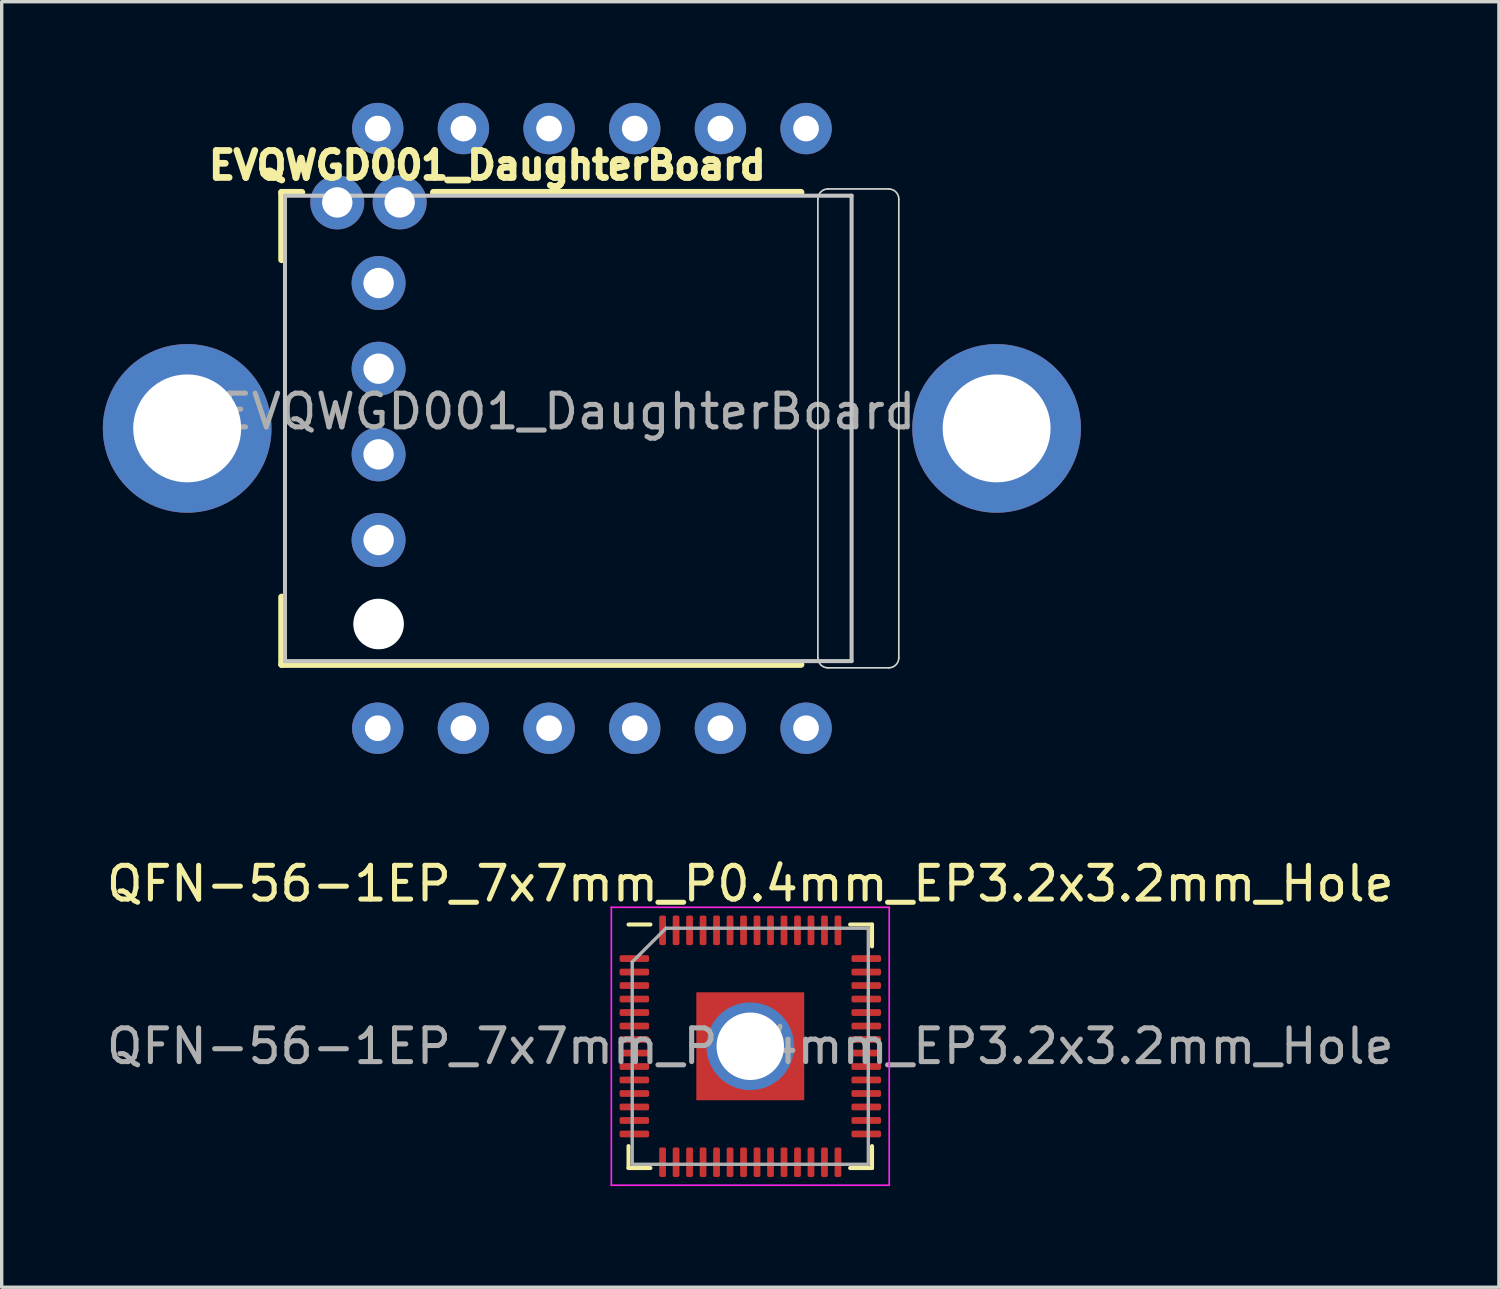
<source format=kicad_pcb>
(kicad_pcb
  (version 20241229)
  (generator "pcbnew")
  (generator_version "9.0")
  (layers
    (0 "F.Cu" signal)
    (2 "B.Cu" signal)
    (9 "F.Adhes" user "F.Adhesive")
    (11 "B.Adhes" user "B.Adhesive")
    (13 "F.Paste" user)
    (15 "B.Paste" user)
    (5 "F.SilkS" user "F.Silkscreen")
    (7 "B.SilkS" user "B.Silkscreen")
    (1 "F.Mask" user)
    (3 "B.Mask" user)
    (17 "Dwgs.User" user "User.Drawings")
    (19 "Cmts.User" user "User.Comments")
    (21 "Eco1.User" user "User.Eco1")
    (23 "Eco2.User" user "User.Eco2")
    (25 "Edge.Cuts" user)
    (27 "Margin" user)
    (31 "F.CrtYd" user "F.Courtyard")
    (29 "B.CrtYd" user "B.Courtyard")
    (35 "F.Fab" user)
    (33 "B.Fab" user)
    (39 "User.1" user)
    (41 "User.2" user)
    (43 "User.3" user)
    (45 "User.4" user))
  (footprint "EVQWGD001_DaughterBoard"
    (layer "F.Cu")
    (at 14.5 9.652)
    (property "Reference" "EVQWGD001_DaughterBoard" (at -0.7 -0.5 0) (layer "F.Fab") (effects (font (size 1 1) (thickness 0.15))))
    (attr through_hole)
    (fp_line (start -9.2 -7) (end -9.2 -5) (stroke (width 0.2) (type solid)) (layer "F.SilkS"))
    (fp_line (start -9.2 5) (end -9.2 7) (stroke (width 0.2) (type solid)) (layer "F.SilkS"))
    (fp_line (start -9.2 7) (end 6.2 7) (stroke (width 0.2) (type solid)) (layer "F.SilkS"))
    (fp_line (start -8.6 -7) (end -9.2 -7) (stroke (width 0.2) (type solid)) (layer "F.SilkS"))
    (fp_line (start 6.2 -7) (end -4.7 -7) (stroke (width 0.2) (type solid)) (layer "F.SilkS"))
    (fp_line (start -9.1 -6.9) (end 7.7 -6.9) (stroke (width 0.12) (type solid)) (layer "Dwgs.User"))
    (fp_line (start -9.1 6.9) (end -9.1 -6.9) (stroke (width 0.12) (type solid)) (layer "Dwgs.User"))
    (fp_line (start 7.7 -6.9) (end 7.7 6.9) (stroke (width 0.12) (type solid)) (layer "Dwgs.User"))
    (fp_line (start 7.7 6.9) (end -9.1 6.9) (stroke (width 0.12) (type solid)) (layer "Dwgs.User"))
    (fp_line (start 6.7 -6.8) (end 6.7 6.8) (stroke (width 0.05) (type solid)) (layer "Edge.Cuts"))
    (fp_line (start 7 7.1) (end 8.8 7.1) (stroke (width 0.05) (type solid)) (layer "Edge.Cuts"))
    (fp_line (start 8.8 -7.1) (end 7 -7.1) (stroke (width 0.05) (type solid)) (layer "Edge.Cuts"))
    (fp_line (start 9.1 6.8) (end 9.1 -6.8) (stroke (width 0.05) (type solid)) (layer "Edge.Cuts"))
    (fp_arc (start 6.7 -6.8) (mid 6.787868 -7.012132) (end 7 -7.1) (stroke (width 0.05) (type solid)) (layer "Edge.Cuts"))
    (fp_arc (start 7 7.1) (mid 6.787868 7.012132) (end 6.7 6.8) (stroke (width 0.05) (type solid)) (layer "Edge.Cuts"))
    (fp_arc (start 8.8 -7.1) (mid 9.012132 -7.012132) (end 9.1 -6.8) (stroke (width 0.05) (type solid)) (layer "Edge.Cuts"))
    (fp_arc (start 9.1 6.8) (mid 9.012132 7.012132) (end 8.8 7.1) (stroke (width 0.05) (type solid)) (layer "Edge.Cuts"))
    (fp_text user "${REFERENCE}" (at -3.1 -7.8 0) (layer "F.SilkS") (effects (font (size 0.8 0.8) (thickness 0.2))))
    (pad "" np_thru_hole circle (at -6.325 5.8) (size 1.5 1.5) (drill 1.5) (layers "*.Cu" "*.Mask"))
    (pad "1" thru_hole circle (at -12 0) (size 5 5) (drill 3.2) (layers "*.Cu" "*.Mask"))
    (pad "1" thru_hole circle (at 12 0) (size 5 5) (drill 3.2) (layers "*.Cu" "*.Mask"))
    (pad "A" thru_hole circle (at -6.325 -4.31) (size 1.6 1.6) (drill 0.9) (layers "*.Cu" "*.Mask"))
    (pad "A" thru_hole circle (at -1.27 -8.89) (size 1.524 1.524) (drill 0.762) (layers "*.Cu" "*.Mask"))
    (pad "A" thru_hole circle (at 1.27 8.89 180) (size 1.524 1.524) (drill 0.762) (layers "*.Cu" "*.Mask"))
    (pad "B" thru_hole circle (at -6.325 -1.77) (size 1.6 1.6) (drill 0.9) (layers "*.Cu" "*.Mask"))
    (pad "B" thru_hole circle (at -1.27 8.89 180) (size 1.524 1.524) (drill 0.762) (layers "*.Cu" "*.Mask"))
    (pad "B" thru_hole circle (at 1.27 -8.89) (size 1.524 1.524) (drill 0.762) (layers "*.Cu" "*.Mask"))
    (pad "C" thru_hole circle (at -6.325 0.77) (size 1.6 1.6) (drill 0.9) (layers "*.Cu" "*.Mask"))
    (pad "C" thru_hole circle (at -3.81 8.89 180) (size 1.524 1.524) (drill 0.762) (layers "*.Cu" "*.Mask"))
    (pad "C" thru_hole circle (at 3.81 -8.89) (size 1.524 1.524) (drill 0.762) (layers "*.Cu" "*.Mask"))
    (pad "D" thru_hole circle (at -6.35 8.89 180) (size 1.524 1.524) (drill 0.762) (layers "*.Cu" "*.Mask"))
    (pad "D" thru_hole circle (at -6.325 3.31) (size 1.6 1.6) (drill 0.9) (layers "*.Cu" "*.Mask"))
    (pad "D" thru_hole circle (at 6.35 -8.89) (size 1.524 1.524) (drill 0.762) (layers "*.Cu" "*.Mask"))
    (pad "S1" thru_hole circle (at -7.55 -6.7) (size 1.6 1.6) (drill 0.9) (layers "*.Cu" "*.Mask"))
    (pad "S1" thru_hole circle (at -6.35 -8.89) (size 1.524 1.524) (drill 0.762) (layers "*.Cu" "*.Mask"))
    (pad "S1" thru_hole circle (at 6.35 8.89 180) (size 1.524 1.524) (drill 0.762) (layers "*.Cu" "*.Mask"))
    (pad "S2" thru_hole circle (at -5.7 -6.7) (size 1.6 1.6) (drill 0.9) (layers "*.Cu" "*.Mask"))
    (pad "S2" thru_hole circle (at -3.81 -8.89) (size 1.524 1.524) (drill 0.762) (layers "*.Cu" "*.Mask"))
    (pad "S2" thru_hole circle (at 3.81 8.89 180) (size 1.524 1.524) (drill 0.762) (layers "*.Cu" "*.Mask")))
  (footprint "QFN-56-1EP_7x7mm_P0.4mm_EP3.2x3.2mm_Hole"
    (layer "F.Cu")
    (at 19.196 27.972)
    (property "Reference" "QFN-56-1EP_7x7mm_P0.4mm_EP3.2x3.2mm_Hole" (at 0 -4.82 0) (layer "F.SilkS") (effects (font (size 1 1) (thickness 0.15))))
    (attr smd)
    (fp_line (start -3.61 3.61) (end -3.61 2.96) (stroke (width 0.12) (type solid)) (layer "F.SilkS"))
    (fp_line (start -2.96 -3.61) (end -3.61 -3.61) (stroke (width 0.12) (type solid)) (layer "F.SilkS"))
    (fp_line (start -2.96 3.61) (end -3.61 3.61) (stroke (width 0.12) (type solid)) (layer "F.SilkS"))
    (fp_line (start 2.96 -3.61) (end 3.61 -3.61) (stroke (width 0.12) (type solid)) (layer "F.SilkS"))
    (fp_line (start 2.96 3.61) (end 3.61 3.61) (stroke (width 0.12) (type solid)) (layer "F.SilkS"))
    (fp_line (start 3.61 -3.61) (end 3.61 -2.96) (stroke (width 0.12) (type solid)) (layer "F.SilkS"))
    (fp_line (start 3.61 3.61) (end 3.61 2.96) (stroke (width 0.12) (type solid)) (layer "F.SilkS"))
    (fp_line (start -4.12 -4.12) (end -4.12 4.12) (stroke (width 0.05) (type solid)) (layer "F.CrtYd"))
    (fp_line (start -4.12 4.12) (end 4.12 4.12) (stroke (width 0.05) (type solid)) (layer "F.CrtYd"))
    (fp_line (start 4.12 -4.12) (end -4.12 -4.12) (stroke (width 0.05) (type solid)) (layer "F.CrtYd"))
    (fp_line (start 4.12 4.12) (end 4.12 -4.12) (stroke (width 0.05) (type solid)) (layer "F.CrtYd"))
    (fp_line (start -3.5 -2.5) (end -2.5 -3.5) (stroke (width 0.1) (type solid)) (layer "F.Fab"))
    (fp_line (start -3.5 3.5) (end -3.5 -2.5) (stroke (width 0.1) (type solid)) (layer "F.Fab"))
    (fp_line (start -2.5 -3.5) (end 3.5 -3.5) (stroke (width 0.1) (type solid)) (layer "F.Fab"))
    (fp_line (start 3.5 -3.5) (end 3.5 3.5) (stroke (width 0.1) (type solid)) (layer "F.Fab"))
    (fp_line (start 3.5 3.5) (end -3.5 3.5) (stroke (width 0.1) (type solid)) (layer "F.Fab"))
    (fp_text user "${REFERENCE}" (at 0 0 0) (layer "F.Fab") (effects (font (size 1 1) (thickness 0.15))))
    (pad "" smd roundrect (at -0.7 -0.7) (size 1.13 1.13) (layers "F.Paste") (roundrect_rratio 0.221))
    (pad "" smd roundrect (at -0.7 0.7) (size 1.13 1.13) (layers "F.Paste") (roundrect_rratio 0.221))
    (pad "" smd roundrect (at 0.7 -0.7) (size 1.13 1.13) (layers "F.Paste") (roundrect_rratio 0.221))
    (pad "" smd roundrect (at 0.7 0.7) (size 1.13 1.13) (layers "F.Paste") (roundrect_rratio 0.221))
    (pad "1" smd roundrect (at -3.438 -2.6) (size 0.875 0.2) (layers "F.Cu" "F.Mask" "F.Paste") (roundrect_rratio 0.25))
    (pad "2" smd roundrect (at -3.438 -2.2) (size 0.875 0.2) (layers "F.Cu" "F.Mask" "F.Paste") (roundrect_rratio 0.25))
    (pad "3" smd roundrect (at -3.438 -1.8) (size 0.875 0.2) (layers "F.Cu" "F.Mask" "F.Paste") (roundrect_rratio 0.25))
    (pad "4" smd roundrect (at -3.438 -1.4) (size 0.875 0.2) (layers "F.Cu" "F.Mask" "F.Paste") (roundrect_rratio 0.25))
    (pad "5" smd roundrect (at -3.438 -1) (size 0.875 0.2) (layers "F.Cu" "F.Mask" "F.Paste") (roundrect_rratio 0.25))
    (pad "6" smd roundrect (at -3.438 -0.6) (size 0.875 0.2) (layers "F.Cu" "F.Mask" "F.Paste") (roundrect_rratio 0.25))
    (pad "7" smd roundrect (at -3.438 -0.2) (size 0.875 0.2) (layers "F.Cu" "F.Mask" "F.Paste") (roundrect_rratio 0.25))
    (pad "8" smd roundrect (at -3.438 0.2) (size 0.875 0.2) (layers "F.Cu" "F.Mask" "F.Paste") (roundrect_rratio 0.25))
    (pad "9" smd roundrect (at -3.438 0.6) (size 0.875 0.2) (layers "F.Cu" "F.Mask" "F.Paste") (roundrect_rratio 0.25))
    (pad "10" smd roundrect (at -3.438 1) (size 0.875 0.2) (layers "F.Cu" "F.Mask" "F.Paste") (roundrect_rratio 0.25))
    (pad "11" smd roundrect (at -3.438 1.4) (size 0.875 0.2) (layers "F.Cu" "F.Mask" "F.Paste") (roundrect_rratio 0.25))
    (pad "12" smd roundrect (at -3.438 1.8) (size 0.875 0.2) (layers "F.Cu" "F.Mask" "F.Paste") (roundrect_rratio 0.25))
    (pad "13" smd roundrect (at -3.438 2.2) (size 0.875 0.2) (layers "F.Cu" "F.Mask" "F.Paste") (roundrect_rratio 0.25))
    (pad "14" smd roundrect (at -3.438 2.6) (size 0.875 0.2) (layers "F.Cu" "F.Mask" "F.Paste") (roundrect_rratio 0.25))
    (pad "15" smd roundrect (at -2.6 3.438) (size 0.2 0.875) (layers "F.Cu" "F.Mask" "F.Paste") (roundrect_rratio 0.25))
    (pad "16" smd roundrect (at -2.2 3.438) (size 0.2 0.875) (layers "F.Cu" "F.Mask" "F.Paste") (roundrect_rratio 0.25))
    (pad "17" smd roundrect (at -1.8 3.438) (size 0.2 0.875) (layers "F.Cu" "F.Mask" "F.Paste") (roundrect_rratio 0.25))
    (pad "18" smd roundrect (at -1.4 3.438) (size 0.2 0.875) (layers "F.Cu" "F.Mask" "F.Paste") (roundrect_rratio 0.25))
    (pad "19" smd roundrect (at -1 3.438) (size 0.2 0.875) (layers "F.Cu" "F.Mask" "F.Paste") (roundrect_rratio 0.25))
    (pad "20" smd roundrect (at -0.6 3.438) (size 0.2 0.875) (layers "F.Cu" "F.Mask" "F.Paste") (roundrect_rratio 0.25))
    (pad "21" smd roundrect (at -0.2 3.438) (size 0.2 0.875) (layers "F.Cu" "F.Mask" "F.Paste") (roundrect_rratio 0.25))
    (pad "22" smd roundrect (at 0.2 3.438) (size 0.2 0.875) (layers "F.Cu" "F.Mask" "F.Paste") (roundrect_rratio 0.25))
    (pad "23" smd roundrect (at 0.6 3.438) (size 0.2 0.875) (layers "F.Cu" "F.Mask" "F.Paste") (roundrect_rratio 0.25))
    (pad "24" smd roundrect (at 1 3.438) (size 0.2 0.875) (layers "F.Cu" "F.Mask" "F.Paste") (roundrect_rratio 0.25))
    (pad "25" smd roundrect (at 1.4 3.438) (size 0.2 0.875) (layers "F.Cu" "F.Mask" "F.Paste") (roundrect_rratio 0.25))
    (pad "26" smd roundrect (at 1.8 3.438) (size 0.2 0.875) (layers "F.Cu" "F.Mask" "F.Paste") (roundrect_rratio 0.25))
    (pad "27" smd roundrect (at 2.2 3.438) (size 0.2 0.875) (layers "F.Cu" "F.Mask" "F.Paste") (roundrect_rratio 0.25))
    (pad "28" smd roundrect (at 2.6 3.438) (size 0.2 0.875) (layers "F.Cu" "F.Mask" "F.Paste") (roundrect_rratio 0.25))
    (pad "29" smd roundrect (at 3.438 2.6) (size 0.875 0.2) (layers "F.Cu" "F.Mask" "F.Paste") (roundrect_rratio 0.25))
    (pad "30" smd roundrect (at 3.438 2.2) (size 0.875 0.2) (layers "F.Cu" "F.Mask" "F.Paste") (roundrect_rratio 0.25))
    (pad "31" smd roundrect (at 3.438 1.8) (size 0.875 0.2) (layers "F.Cu" "F.Mask" "F.Paste") (roundrect_rratio 0.25))
    (pad "32" smd roundrect (at 3.438 1.4) (size 0.875 0.2) (layers "F.Cu" "F.Mask" "F.Paste") (roundrect_rratio 0.25))
    (pad "33" smd roundrect (at 3.438 1) (size 0.875 0.2) (layers "F.Cu" "F.Mask" "F.Paste") (roundrect_rratio 0.25))
    (pad "34" smd roundrect (at 3.438 0.6) (size 0.875 0.2) (layers "F.Cu" "F.Mask" "F.Paste") (roundrect_rratio 0.25))
    (pad "35" smd roundrect (at 3.438 0.2) (size 0.875 0.2) (layers "F.Cu" "F.Mask" "F.Paste") (roundrect_rratio 0.25))
    (pad "36" smd roundrect (at 3.438 -0.2) (size 0.875 0.2) (layers "F.Cu" "F.Mask" "F.Paste") (roundrect_rratio 0.25))
    (pad "37" smd roundrect (at 3.438 -0.6) (size 0.875 0.2) (layers "F.Cu" "F.Mask" "F.Paste") (roundrect_rratio 0.25))
    (pad "38" smd roundrect (at 3.438 -1) (size 0.875 0.2) (layers "F.Cu" "F.Mask" "F.Paste") (roundrect_rratio 0.25))
    (pad "39" smd roundrect (at 3.438 -1.4) (size 0.875 0.2) (layers "F.Cu" "F.Mask" "F.Paste") (roundrect_rratio 0.25))
    (pad "40" smd roundrect (at 3.438 -1.8) (size 0.875 0.2) (layers "F.Cu" "F.Mask" "F.Paste") (roundrect_rratio 0.25))
    (pad "41" smd roundrect (at 3.438 -2.2) (size 0.875 0.2) (layers "F.Cu" "F.Mask" "F.Paste") (roundrect_rratio 0.25))
    (pad "42" smd roundrect (at 3.438 -2.6) (size 0.875 0.2) (layers "F.Cu" "F.Mask" "F.Paste") (roundrect_rratio 0.25))
    (pad "43" smd roundrect (at 2.6 -3.438) (size 0.2 0.875) (layers "F.Cu" "F.Mask" "F.Paste") (roundrect_rratio 0.25))
    (pad "44" smd roundrect (at 2.2 -3.438) (size 0.2 0.875) (layers "F.Cu" "F.Mask" "F.Paste") (roundrect_rratio 0.25))
    (pad "45" smd roundrect (at 1.8 -3.438) (size 0.2 0.875) (layers "F.Cu" "F.Mask" "F.Paste") (roundrect_rratio 0.25))
    (pad "46" smd roundrect (at 1.4 -3.438) (size 0.2 0.875) (layers "F.Cu" "F.Mask" "F.Paste") (roundrect_rratio 0.25))
    (pad "47" smd roundrect (at 1 -3.438) (size 0.2 0.875) (layers "F.Cu" "F.Mask" "F.Paste") (roundrect_rratio 0.25))
    (pad "48" smd roundrect (at 0.6 -3.438) (size 0.2 0.875) (layers "F.Cu" "F.Mask" "F.Paste") (roundrect_rratio 0.25))
    (pad "49" smd roundrect (at 0.2 -3.438) (size 0.2 0.875) (layers "F.Cu" "F.Mask" "F.Paste") (roundrect_rratio 0.25))
    (pad "50" smd roundrect (at -0.2 -3.438) (size 0.2 0.875) (layers "F.Cu" "F.Mask" "F.Paste") (roundrect_rratio 0.25))
    (pad "51" smd roundrect (at -0.6 -3.438) (size 0.2 0.875) (layers "F.Cu" "F.Mask" "F.Paste") (roundrect_rratio 0.25))
    (pad "52" smd roundrect (at -1 -3.438) (size 0.2 0.875) (layers "F.Cu" "F.Mask" "F.Paste") (roundrect_rratio 0.25))
    (pad "53" smd roundrect (at -1.4 -3.438) (size 0.2 0.875) (layers "F.Cu" "F.Mask" "F.Paste") (roundrect_rratio 0.25))
    (pad "54" smd roundrect (at -1.8 -3.438) (size 0.2 0.875) (layers "F.Cu" "F.Mask" "F.Paste") (roundrect_rratio 0.25))
    (pad "55" smd roundrect (at -2.2 -3.438) (size 0.2 0.875) (layers "F.Cu" "F.Mask" "F.Paste") (roundrect_rratio 0.25))
    (pad "56" smd roundrect (at -2.6 -3.438) (size 0.2 0.875) (layers "F.Cu" "F.Mask" "F.Paste") (roundrect_rratio 0.25))
    (pad "57" thru_hole circle (at 0 0) (size 2.6 2.6) (drill 2) (layers "*.Cu" "*.Mask"))
    (pad "57" smd rect (at 0 0) (size 3.2 3.2) (layers "F.Cu" "F.Mask")))
  (gr_rect
    (start -3 -3)
    (end 41.393 35.117)
    (stroke (width 0.1) (type default))
    (fill no)
    (layer "Edge.Cuts")))
</source>
